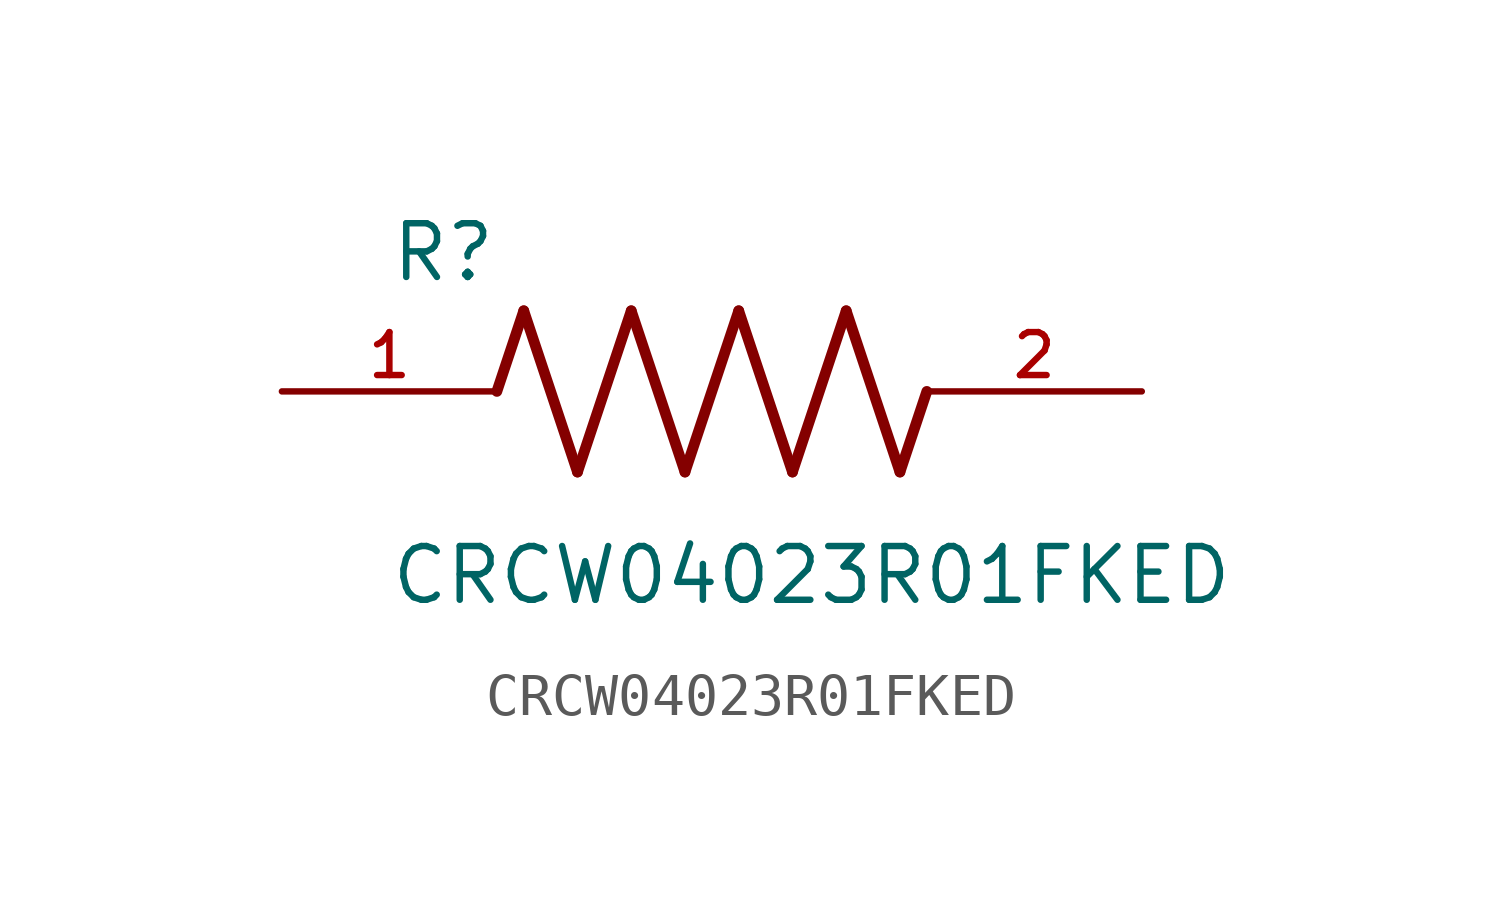
<source format=kicad_sym>
(kicad_symbol_lib
  (version 20211014)
  (generator kicad_symbol_editor)
  (symbol "CRCW04023R01FKED"
    (pin_names
      (offset 1.016))
    (property "Reference" "R"
      (at -7.624 2.541 0)
      (effects (font (size 1.27 1.27)) (justify bottom left)))
    (property "Value" "CRCW04023R01FKED"
      (at -7.63 -5.087 0)
      (effects (font (size 1.27 1.27)) (justify bottom left)))
    (symbol "CRCW04023R01FKED_0_0"
      (polyline (pts (xy -5.08 0.0) (xy -4.445 1.905)) (stroke (width 0.254)))
      (polyline (pts (xy -4.445 1.905) (xy -3.175 -1.905)) (stroke (width 0.254)))
      (polyline (pts (xy -3.175 -1.905) (xy -1.905 1.905)) (stroke (width 0.254)))
      (polyline (pts (xy -1.905 1.905) (xy -0.635 -1.905)) (stroke (width 0.254)))
      (polyline (pts (xy -0.635 -1.905) (xy 0.635 1.905)) (stroke (width 0.254)))
      (polyline (pts (xy 0.635 1.905) (xy 1.905 -1.905)) (stroke (width 0.254)))
      (polyline (pts (xy 1.905 -1.905) (xy 3.175 1.905)) (stroke (width 0.254)))
      (polyline (pts (xy 3.175 1.905) (xy 4.445 -1.905)) (stroke (width 0.254)))
      (polyline (pts (xy 4.445 -1.905) (xy 5.08 0.0)) (stroke (width 0.254)))
      (pin passive line (at -10.16 0.0 0) (length 5.08) (name "~" (effects (font (size 1.016 1.016)))) (number "1" (effects (font (size 1.016 1.016)))))
      (pin passive line (at 10.16 0.0 180.0) (length 5.08) (name "~" (effects (font (size 1.016 1.016)))) (number "2" (effects (font (size 1.016 1.016))))))))
</source>
